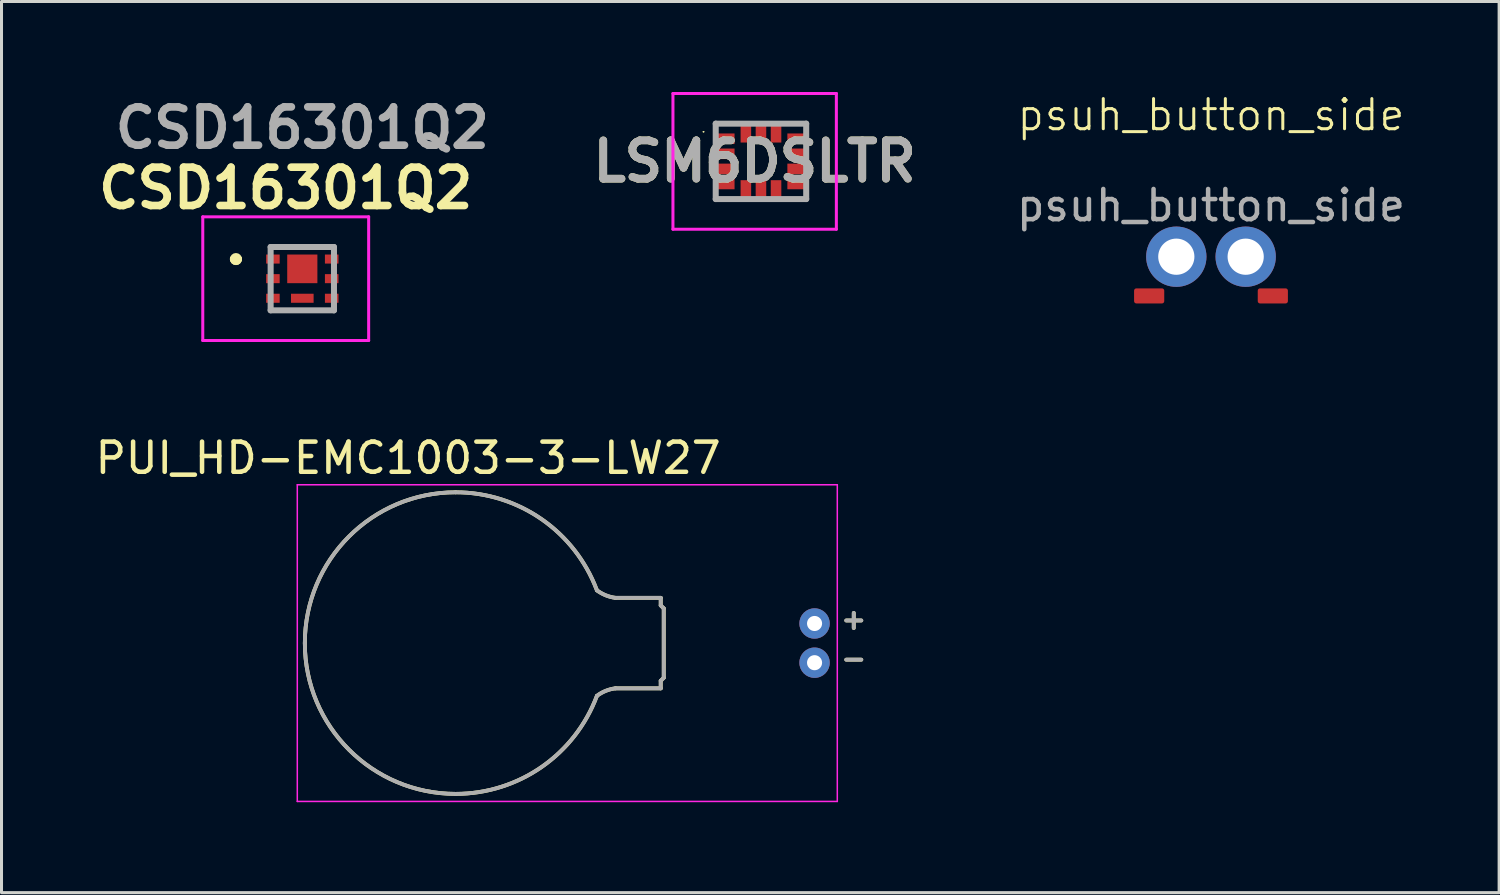
<source format=kicad_pcb>
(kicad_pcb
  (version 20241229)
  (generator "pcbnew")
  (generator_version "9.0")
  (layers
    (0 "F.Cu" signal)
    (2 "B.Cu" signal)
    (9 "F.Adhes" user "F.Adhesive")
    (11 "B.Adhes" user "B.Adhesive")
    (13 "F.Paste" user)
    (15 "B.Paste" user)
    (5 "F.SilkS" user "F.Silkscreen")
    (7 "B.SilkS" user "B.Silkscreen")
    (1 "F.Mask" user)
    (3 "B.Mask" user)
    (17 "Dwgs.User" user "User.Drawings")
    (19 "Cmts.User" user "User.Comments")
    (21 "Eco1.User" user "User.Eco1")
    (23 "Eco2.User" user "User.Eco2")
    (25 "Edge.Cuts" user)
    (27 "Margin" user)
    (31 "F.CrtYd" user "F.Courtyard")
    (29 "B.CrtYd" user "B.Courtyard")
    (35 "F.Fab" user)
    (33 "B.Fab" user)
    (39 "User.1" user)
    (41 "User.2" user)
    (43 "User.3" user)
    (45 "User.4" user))
  (footprint "CSD16301Q2"
    (layer "F.Cu")
    (at 6.973 6.189)
    (property "Reference" "CSD16301Q2" (at -0.55 -3 0) (layer "F.SilkS") (effects (font (size 1.27 1.27) (thickness 0.254))))
    (attr smd)
    (fp_line (start -2.3 -0.65) (end -2.3 -0.65) (stroke (width 0.2) (type solid)) (layer "F.SilkS"))
    (fp_line (start -2.3 -0.65) (end -2.3 -0.65) (stroke (width 0.2) (type solid)) (layer "F.SilkS"))
    (fp_line (start -2.1 -0.65) (end -2.1 -0.65) (stroke (width 0.2) (type solid)) (layer "F.SilkS"))
    (fp_arc (start -2.3 -0.65) (mid -2.2 -0.75) (end -2.1 -0.65) (stroke (width 0.2) (type solid)) (layer "F.SilkS"))
    (fp_arc (start -2.1 -0.65) (mid -2.2 -0.55) (end -2.3 -0.65) (stroke (width 0.2) (type solid)) (layer "F.SilkS"))
    (fp_arc (start -2.1 -0.65) (mid -2.2 -0.55) (end -2.3 -0.65) (stroke (width 0.2) (type solid)) (layer "F.SilkS"))
    (fp_line (start -3.3 -2.05) (end 2.2 -2.05) (stroke (width 0.1) (type solid)) (layer "F.CrtYd"))
    (fp_line (start -3.3 2.05) (end -3.3 -2.05) (stroke (width 0.1) (type solid)) (layer "F.CrtYd"))
    (fp_line (start 2.2 -2.05) (end 2.2 2.05) (stroke (width 0.1) (type solid)) (layer "F.CrtYd"))
    (fp_line (start 2.2 2.05) (end -3.3 2.05) (stroke (width 0.1) (type solid)) (layer "F.CrtYd"))
    (fp_line (start -1.05 -1.05) (end -1.05 1.05) (stroke (width 0.2) (type solid)) (layer "F.Fab"))
    (fp_line (start -1.05 1.05) (end 1.05 1.05) (stroke (width 0.2) (type solid)) (layer "F.Fab"))
    (fp_line (start 1.05 -1.05) (end -1.05 -1.05) (stroke (width 0.2) (type solid)) (layer "F.Fab"))
    (fp_line (start 1.05 1.05) (end 1.05 -1.05) (stroke (width 0.2) (type solid)) (layer "F.Fab"))
    (fp_text user "${REFERENCE}" (at 0 -5 0) (layer "F.Fab") (effects (font (size 1.27 1.27) (thickness 0.254))))
    (pad "1" smd rect (at 0 0.65 90) (size 0.3 0.75) (layers "F.Cu" "F.Mask" "F.Paste"))
    (pad "1" smd rect (at 0.975 0.65 90) (size 0.3 0.45) (layers "F.Cu" "F.Mask" "F.Paste"))
    (pad "2" smd rect (at -0.975 -0.65 90) (size 0.3 0.45) (layers "F.Cu" "F.Mask" "F.Paste"))
    (pad "2" smd rect (at -0.975 0 90) (size 0.3 0.45) (layers "F.Cu" "F.Mask" "F.Paste"))
    (pad "2" smd rect (at 0 -0.325 90) (size 0.95 1) (layers "F.Cu" "F.Mask" "F.Paste"))
    (pad "2" smd rect (at 0.975 -0.65 90) (size 0.3 0.45) (layers "F.Cu" "F.Mask" "F.Paste"))
    (pad "2" smd rect (at 0.975 0 90) (size 0.3 0.45) (layers "F.Cu" "F.Mask" "F.Paste"))
    (pad "3" smd rect (at -0.975 0.65 90) (size 0.3 0.45) (layers "F.Cu" "F.Mask" "F.Paste")))
  (footprint "PUI_HD-EMC1003-3-LW27"
    (layer "F.Cu")
    (at 12.057 18.272)
    (property "Reference" "PUI_HD-EMC1003-3-LW27" (at -1.575 -6.135 0) (layer "F.SilkS") (effects (font (size 1 1) (thickness 0.15))))
    (attr through_hole)
    (fp_line (start 5.3 1.5) (end 6.8 1.5) (stroke (width 0.127) (type solid)) (layer "F.SilkS"))
    (fp_line (start 6.8 -1.5) (end 5.3 -1.5) (stroke (width 0.127) (type solid)) (layer "F.SilkS"))
    (fp_line (start 6.8 -1.25) (end 6.8 -1.5) (stroke (width 0.127) (type solid)) (layer "F.SilkS"))
    (fp_line (start 6.8 1.25) (end 6.9 1.15) (stroke (width 0.127) (type solid)) (layer "F.SilkS"))
    (fp_line (start 6.8 1.5) (end 6.8 1.25) (stroke (width 0.127) (type solid)) (layer "F.SilkS"))
    (fp_line (start 6.9 -1.15) (end 6.8 -1.25) (stroke (width 0.127) (type solid)) (layer "F.SilkS"))
    (fp_line (start 6.9 1.15) (end 6.9 -1.15) (stroke (width 0.127) (type solid)) (layer "F.SilkS"))
    (fp_line (start 12.95 -0.75) (end 13.45 -0.75) (stroke (width 0.127) (type solid)) (layer "F.SilkS"))
    (fp_line (start 12.95 0.55) (end 13.45 0.55) (stroke (width 0.127) (type solid)) (layer "F.SilkS"))
    (fp_line (start 13.2 -1) (end 13.2 -0.5) (stroke (width 0.127) (type solid)) (layer "F.SilkS"))
    (fp_arc (start -5 0) (mid -3.535534 -3.535534) (end 0 -5) (stroke (width 0.127) (type solid)) (layer "F.SilkS"))
    (fp_arc (start 0 -5) (mid 2.850439 -4.107919) (end 4.68375 -1.75) (stroke (width 0.127) (type solid)) (layer "F.SilkS"))
    (fp_arc (start 0 5) (mid -3.535534 3.535534) (end -5 0) (stroke (width 0.127) (type solid)) (layer "F.SilkS"))
    (fp_arc (start 4.68375 1.75) (mid 2.850439 4.10792) (end 0 5) (stroke (width 0.127) (type solid)) (layer "F.SilkS"))
    (fp_arc (start 4.68375 1.75) (mid 4.975286 1.584107) (end 5.3 1.5) (stroke (width 0.127) (type solid)) (layer "F.SilkS"))
    (fp_arc (start 5.3 -1.5) (mid 4.975667 -1.585048) (end 4.68375 -1.75) (stroke (width 0.127) (type solid)) (layer "F.SilkS"))
    (fp_line (start -5.25 -5.25) (end 12.654 -5.25) (stroke (width 0.05) (type solid)) (layer "F.CrtYd"))
    (fp_line (start -5.25 5.25) (end -5.25 -5.25) (stroke (width 0.05) (type solid)) (layer "F.CrtYd"))
    (fp_line (start 12.654 -5.25) (end 12.654 5.25) (stroke (width 0.05) (type solid)) (layer "F.CrtYd"))
    (fp_line (start 12.654 5.25) (end -5.25 5.25) (stroke (width 0.05) (type solid)) (layer "F.CrtYd"))
    (fp_line (start 5.3 1.5) (end 6.8 1.5) (stroke (width 0.127) (type solid)) (layer "F.Fab"))
    (fp_line (start 6.8 -1.5) (end 5.3 -1.5) (stroke (width 0.127) (type solid)) (layer "F.Fab"))
    (fp_line (start 6.8 -1.25) (end 6.8 -1.5) (stroke (width 0.127) (type solid)) (layer "F.Fab"))
    (fp_line (start 6.8 1.25) (end 6.9 1.15) (stroke (width 0.127) (type solid)) (layer "F.Fab"))
    (fp_line (start 6.8 1.5) (end 6.8 1.25) (stroke (width 0.127) (type solid)) (layer "F.Fab"))
    (fp_line (start 6.9 -1.15) (end 6.8 -1.25) (stroke (width 0.127) (type solid)) (layer "F.Fab"))
    (fp_line (start 6.9 1.15) (end 6.9 -1.15) (stroke (width 0.127) (type solid)) (layer "F.Fab"))
    (fp_line (start 12.95 -0.75) (end 13.45 -0.75) (stroke (width 0.127) (type solid)) (layer "F.Fab"))
    (fp_line (start 12.95 0.55) (end 13.45 0.55) (stroke (width 0.127) (type solid)) (layer "F.Fab"))
    (fp_line (start 13.2 -1) (end 13.2 -0.5) (stroke (width 0.127) (type solid)) (layer "F.Fab"))
    (fp_arc (start -5 0) (mid -3.535534 -3.535534) (end 0 -5) (stroke (width 0.127) (type solid)) (layer "F.Fab"))
    (fp_arc (start 0 -5) (mid 2.850439 -4.107919) (end 4.68375 -1.75) (stroke (width 0.127) (type solid)) (layer "F.Fab"))
    (fp_arc (start 0 5) (mid -3.535534 3.535534) (end -5 0) (stroke (width 0.127) (type solid)) (layer "F.Fab"))
    (fp_arc (start 4.68375 1.75) (mid 2.850439 4.10792) (end 0 5) (stroke (width 0.127) (type solid)) (layer "F.Fab"))
    (fp_arc (start 4.68375 1.75) (mid 4.975286 1.584107) (end 5.3 1.5) (stroke (width 0.127) (type solid)) (layer "F.Fab"))
    (fp_arc (start 5.3 -1.5) (mid 4.975667 -1.585048) (end 4.68375 -1.75) (stroke (width 0.127) (type solid)) (layer "F.Fab"))
    (pad "N" thru_hole circle (at 11.9 0.65) (size 1.008 1.008) (drill 0.5) (layers "*.Cu" "*.Mask"))
    (pad "P" thru_hole circle (at 11.9 -0.65) (size 1.008 1.008) (drill 0.5) (layers "*.Cu" "*.Mask")))
  (footprint "psuh_button_side"
    (layer "F.Cu")
    (at 37.101 6.761)
    (property "Reference" "psuh_button_side" (at 0 -6 0) (unlocked yes) (layer "F.SilkS") (effects (font (size 1 1) (thickness 0.1))))
    (attr through_hole)
    (fp_text user "${REFERENCE}" (at 0 -3 0) (unlocked yes) (layer "F.Fab") (effects (font (size 1 1) (thickness 0.15))))
    (pad "" thru_hole circle (at -1.15 -1.3 90) (size 2 2) (drill 1.2) (layers "*.Cu" "*.Mask"))
    (pad "" thru_hole circle (at 1.15 -1.3 90) (size 2 2) (drill 1.2) (layers "*.Cu" "*.Mask"))
    (pad "1" smd roundrect (at -2.05 0 90) (size 0.5 1) (layers "F.Cu" "F.Mask" "F.Paste") (roundrect_rratio 0.15))
    (pad "2" smd roundrect (at 2.05 0 90) (size 0.5 1) (layers "F.Cu" "F.Mask" "F.Paste") (roundrect_rratio 0.15)))
  (footprint "LSM6DSLTR"
    (layer "F.Cu")
    (at 22.18 2.3)
    (property "Reference" "LSM6DSLTR" (at -0.209 0 0) (layer "F.SilkS") (effects (font (size 1.27 1.27) (thickness 0.254))))
    (attr smd)
    (fp_line (start -1.918 -0.98) (end -1.918 -0.98) (stroke (width 0.027) (type solid)) (layer "F.SilkS"))
    (fp_line (start -1.891 -0.98) (end -1.891 -0.98) (stroke (width 0.027) (type solid)) (layer "F.SilkS"))
    (fp_arc (start -1.918 -0.98) (mid -1.9045 -0.9935) (end -1.891 -0.98) (stroke (width 0.027) (type solid)) (layer "F.SilkS"))
    (fp_arc (start -1.891 -0.98) (mid -1.9045 -0.9665) (end -1.918 -0.98) (stroke (width 0.027) (type solid)) (layer "F.SilkS"))
    (fp_line (start -2.918 -2.25) (end 2.5 -2.25) (stroke (width 0.1) (type solid)) (layer "F.CrtYd"))
    (fp_line (start -2.918 2.25) (end -2.918 -2.25) (stroke (width 0.1) (type solid)) (layer "F.CrtYd"))
    (fp_line (start 2.5 -2.25) (end 2.5 2.25) (stroke (width 0.1) (type solid)) (layer "F.CrtYd"))
    (fp_line (start 2.5 2.25) (end -2.918 2.25) (stroke (width 0.1) (type solid)) (layer "F.CrtYd"))
    (fp_line (start -1.5 -1.25) (end 1.5 -1.25) (stroke (width 0.2) (type solid)) (layer "F.Fab"))
    (fp_line (start -1.5 1.25) (end -1.5 -1.25) (stroke (width 0.2) (type solid)) (layer "F.Fab"))
    (fp_line (start 1.5 -1.25) (end 1.5 1.25) (stroke (width 0.2) (type solid)) (layer "F.Fab"))
    (fp_line (start 1.5 1.25) (end -1.5 1.25) (stroke (width 0.2) (type solid)) (layer "F.Fab"))
    (fp_text user "${REFERENCE}" (at -0.209 0 0) (layer "F.Fab") (effects (font (size 1.27 1.27) (thickness 0.254))))
    (pad "1" smd rect (at -1.163 -0.75 90) (size 0.35 0.575) (layers "F.Cu" "F.Mask" "F.Paste"))
    (pad "2" smd rect (at -1.163 -0.25 90) (size 0.35 0.575) (layers "F.Cu" "F.Mask" "F.Paste"))
    (pad "3" smd rect (at -1.163 0.25 90) (size 0.35 0.575) (layers "F.Cu" "F.Mask" "F.Paste"))
    (pad "4" smd rect (at -1.163 0.75 90) (size 0.35 0.575) (layers "F.Cu" "F.Mask" "F.Paste"))
    (pad "5" smd rect (at -0.5 0.912) (size 0.35 0.575) (layers "F.Cu" "F.Mask" "F.Paste"))
    (pad "6" smd rect (at 0 0.912) (size 0.35 0.575) (layers "F.Cu" "F.Mask" "F.Paste"))
    (pad "7" smd rect (at 0.5 0.912) (size 0.35 0.575) (layers "F.Cu" "F.Mask" "F.Paste"))
    (pad "8" smd rect (at 1.163 0.75 90) (size 0.35 0.575) (layers "F.Cu" "F.Mask" "F.Paste"))
    (pad "9" smd rect (at 1.163 0.25 90) (size 0.35 0.575) (layers "F.Cu" "F.Mask" "F.Paste"))
    (pad "10" smd rect (at 1.163 -0.25 90) (size 0.35 0.575) (layers "F.Cu" "F.Mask" "F.Paste"))
    (pad "11" smd rect (at 1.163 -0.75 90) (size 0.35 0.575) (layers "F.Cu" "F.Mask" "F.Paste"))
    (pad "12" smd rect (at 0.5 -0.912) (size 0.35 0.575) (layers "F.Cu" "F.Mask" "F.Paste"))
    (pad "13" smd rect (at 0 -0.912) (size 0.35 0.575) (layers "F.Cu" "F.Mask" "F.Paste"))
    (pad "14" smd rect (at -0.5 -0.912) (size 0.35 0.575) (layers "F.Cu" "F.Mask" "F.Paste")))
  (gr_rect
    (start -3 -3)
    (end 46.654 26.547)
    (stroke (width 0.1) (type default))
    (fill no)
    (layer "Edge.Cuts")))
</source>
